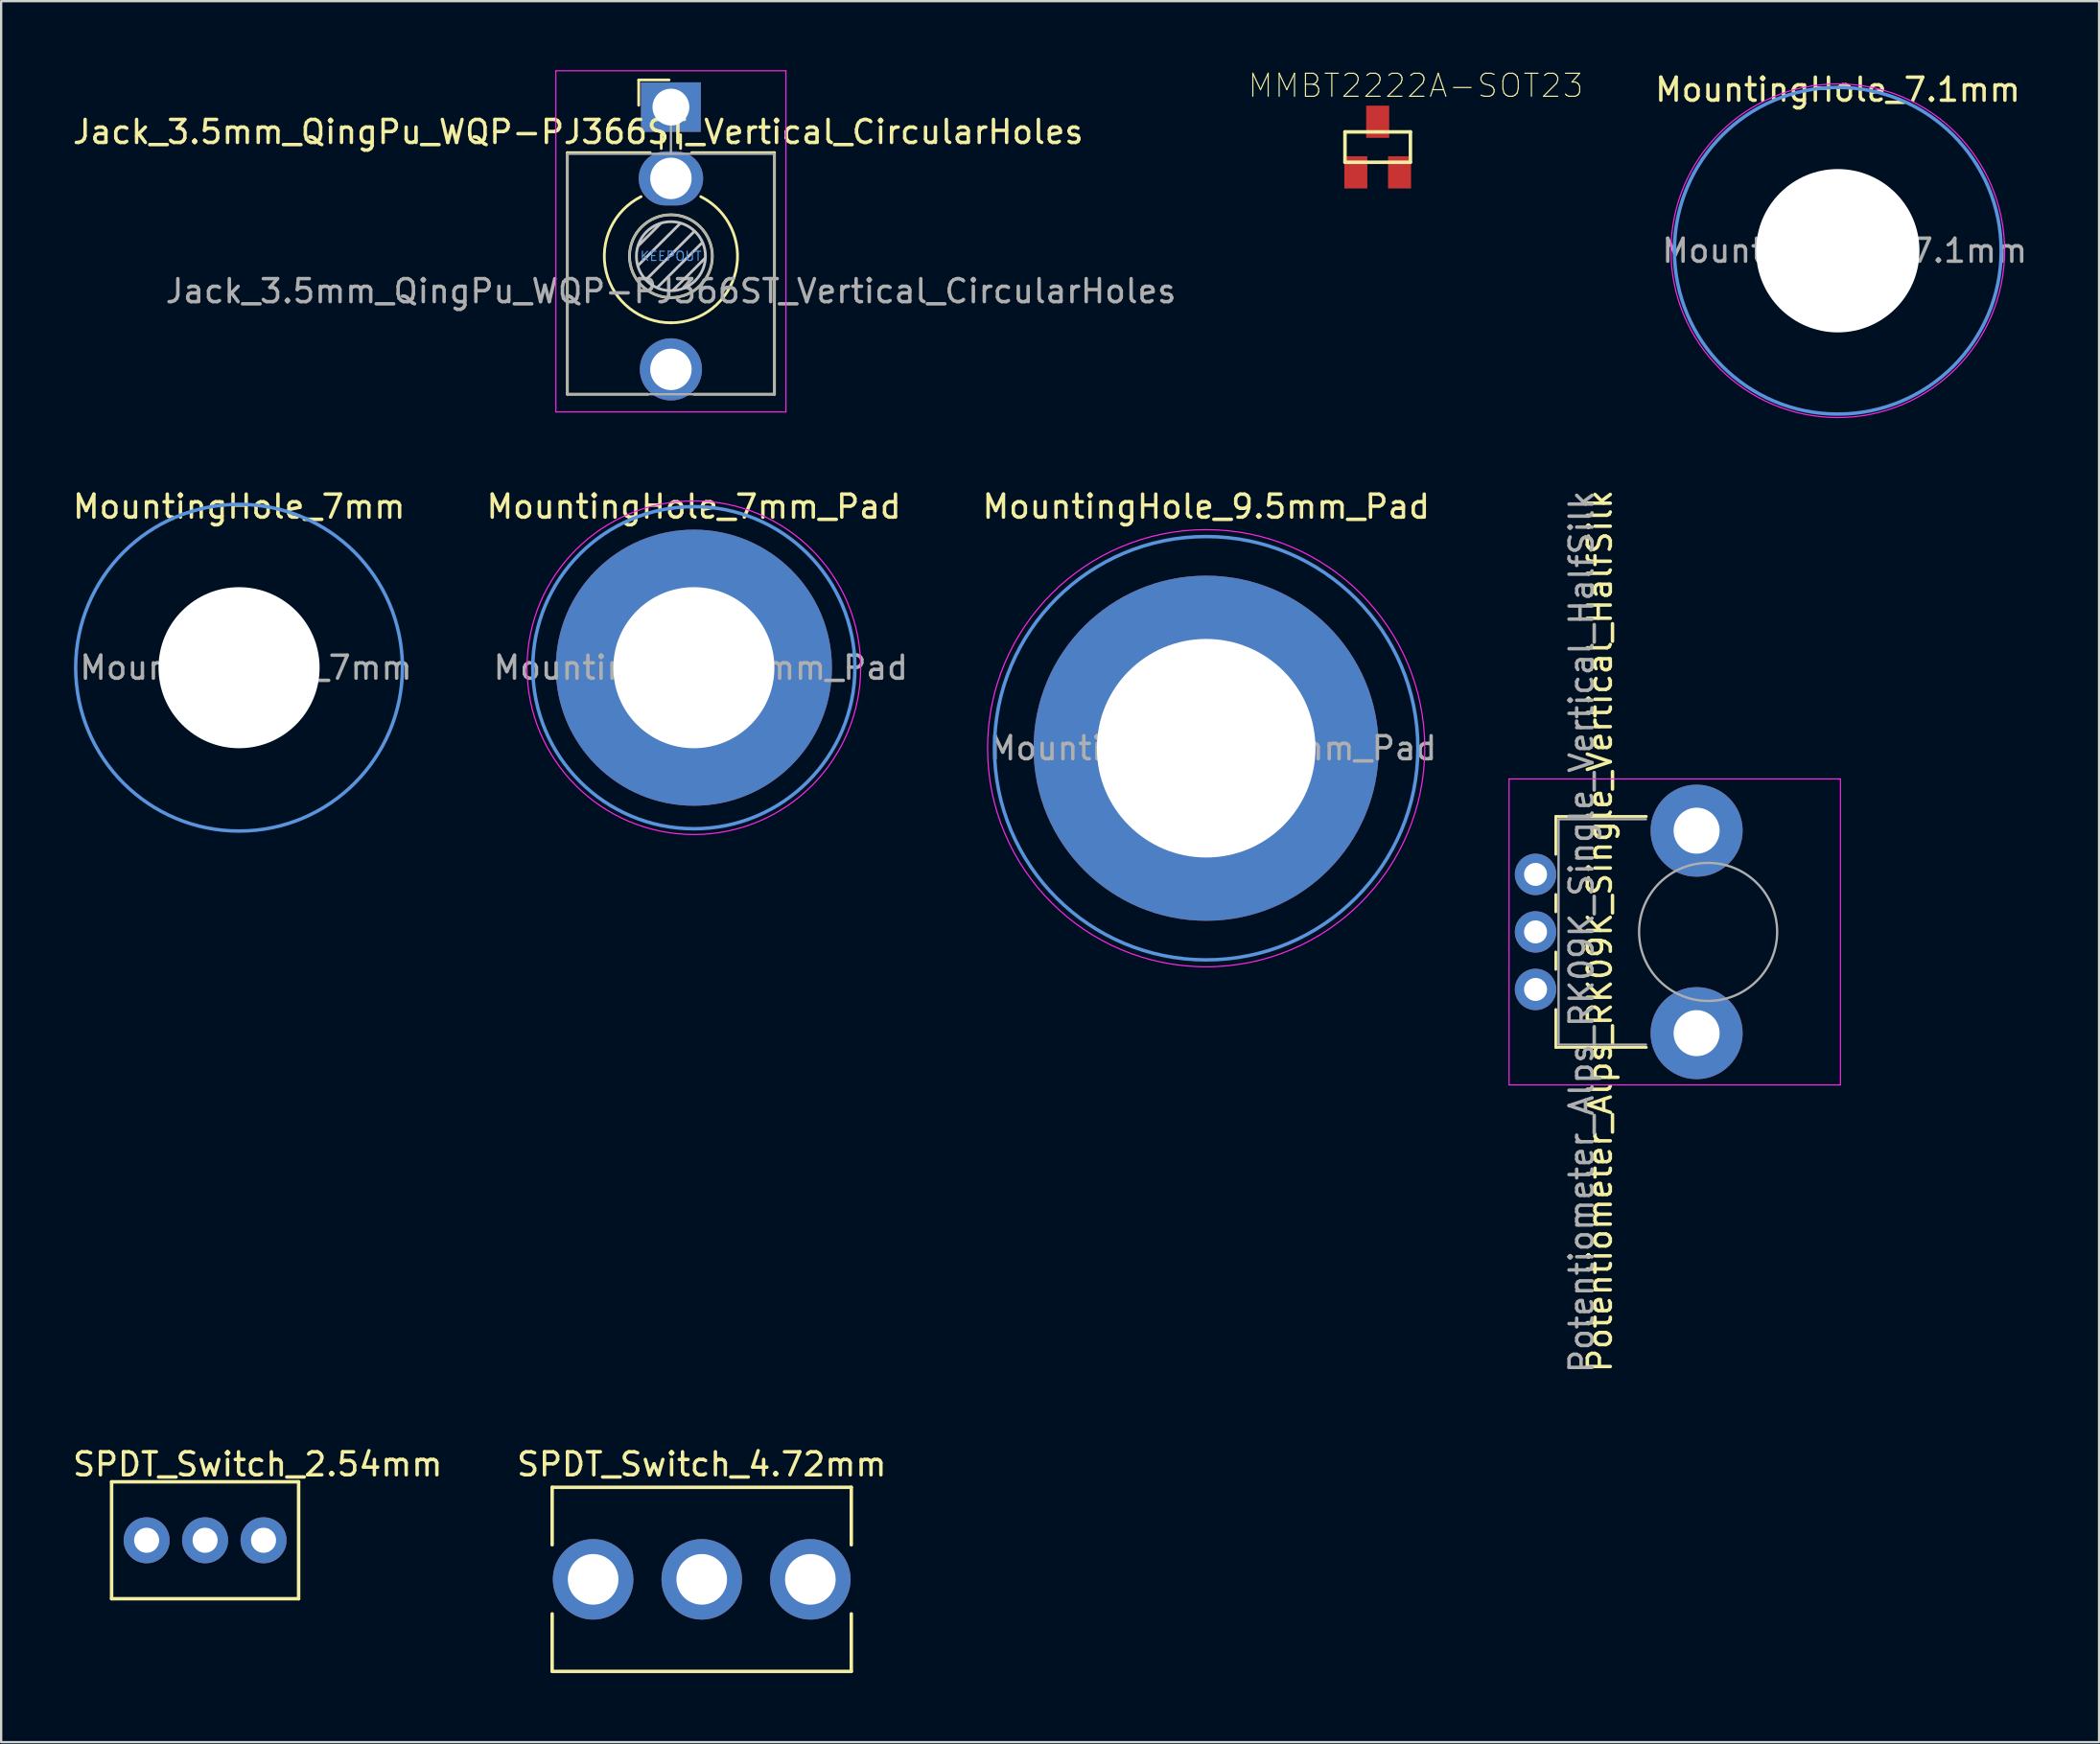
<source format=kicad_pcb>
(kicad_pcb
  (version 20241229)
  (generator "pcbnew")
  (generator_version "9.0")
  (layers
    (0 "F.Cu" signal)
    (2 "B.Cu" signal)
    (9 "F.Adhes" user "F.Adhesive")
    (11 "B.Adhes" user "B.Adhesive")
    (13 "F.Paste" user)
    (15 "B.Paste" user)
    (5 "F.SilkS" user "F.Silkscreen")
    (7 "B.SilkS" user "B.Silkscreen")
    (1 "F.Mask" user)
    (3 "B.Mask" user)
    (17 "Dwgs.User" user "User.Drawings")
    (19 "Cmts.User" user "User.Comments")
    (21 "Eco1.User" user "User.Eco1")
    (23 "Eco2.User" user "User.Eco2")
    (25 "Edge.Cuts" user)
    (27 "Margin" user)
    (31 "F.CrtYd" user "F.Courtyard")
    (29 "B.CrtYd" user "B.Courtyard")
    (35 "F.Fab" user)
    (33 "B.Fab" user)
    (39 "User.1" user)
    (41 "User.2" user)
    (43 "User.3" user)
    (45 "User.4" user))
  (footprint "SPDT_Switch_4.72mm"
    (layer "F.Cu")
    (at 27.446 65.595)
    (property "Reference" "SPDT_Switch_4.72mm" (at 0 -5 0) (layer "F.SilkS") (effects (font (size 1 1) (thickness 0.15))))
    (attr through_hole)
    (fp_line (start -6.5 -4) (end -6.5 -1.5) (stroke (width 0.15) (type solid)) (layer "F.SilkS"))
    (fp_line (start -6.5 -4) (end 6.5 -4) (stroke (width 0.15) (type solid)) (layer "F.SilkS"))
    (fp_line (start -6.5 4) (end -6.5 1.5) (stroke (width 0.15) (type solid)) (layer "F.SilkS"))
    (fp_line (start 6.5 -4) (end 6.5 -1.5) (stroke (width 0.15) (type solid)) (layer "F.SilkS"))
    (fp_line (start 6.5 4) (end -6.5 4) (stroke (width 0.15) (type solid)) (layer "F.SilkS"))
    (fp_line (start 6.5 4) (end 6.5 1.5) (stroke (width 0.15) (type solid)) (layer "F.SilkS"))
    (pad "1" thru_hole circle (at -4.72 0) (size 3.5 3.5) (drill 2.2) (layers "*.Cu" "*.Mask"))
    (pad "2" thru_hole circle (at 0 0) (size 3.5 3.5) (drill 2.2) (layers "*.Cu" "*.Mask"))
    (pad "3" thru_hole circle (at 4.72 0) (size 3.5 3.5) (drill 2.2) (layers "*.Cu" "*.Mask")))
  (footprint "MountingHole_9.5mm_Pad"
    (layer "F.Cu")
    (at 49.368 29.471)
    (property "Reference" "MountingHole_9.5mm_Pad" (at 0 -10.5 0) (layer "F.SilkS") (effects (font (size 1 1) (thickness 0.15))))
    (attr exclude_from_pos_files exclude_from_bom)
    (fp_circle (center 0 0) (end 9.2 0) (stroke (width 0.15) (type solid)) (fill no) (layer "Cmts.User"))
    (fp_circle (center 0 0) (end 9.5 0) (stroke (width 0.05) (type solid)) (fill no) (layer "F.CrtYd"))
    (fp_text user "${REFERENCE}" (at 0.3 0 0) (layer "F.Fab") (effects (font (size 1 1) (thickness 0.15))))
    (pad "1" thru_hole circle (at 0 0) (size 15 15) (drill 9.5) (layers "*.Cu" "*.Mask")))
  (footprint "MountingHole_7.1mm"
    (layer "F.Cu")
    (at 76.817 7.848)
    (property "Reference" "MountingHole_7.1mm" (at 0 -7 0) (layer "F.SilkS") (effects (font (size 1 1) (thickness 0.15))))
    (attr exclude_from_pos_files exclude_from_bom)
    (fp_circle (center 0 0) (end 7.1 0) (stroke (width 0.15) (type solid)) (fill no) (layer "Cmts.User"))
    (fp_circle (center 0 0) (end 7.25 0) (stroke (width 0.05) (type solid)) (fill no) (layer "F.CrtYd"))
    (fp_text user "${REFERENCE}" (at 0.3 0 0) (layer "F.Fab") (effects (font (size 1 1) (thickness 0.15))))
    (pad "" np_thru_hole circle (at 0 0) (size 7.1 7.1) (drill 7.1) (layers "*.Cu" "*.Mask")))
  (footprint "MountingHole_7mm_Pad"
    (layer "F.Cu")
    (at 27.104 25.971)
    (property "Reference" "MountingHole_7mm_Pad" (at 0 -7 0) (layer "F.SilkS") (effects (font (size 1 1) (thickness 0.15))))
    (attr exclude_from_pos_files exclude_from_bom)
    (fp_circle (center 0 0) (end 7 0) (stroke (width 0.15) (type solid)) (fill no) (layer "Cmts.User"))
    (fp_circle (center 0 0) (end 7.25 0) (stroke (width 0.05) (type solid)) (fill no) (layer "F.CrtYd"))
    (fp_text user "${REFERENCE}" (at 0.3 0 0) (layer "F.Fab") (effects (font (size 1 1) (thickness 0.15))))
    (pad "1" thru_hole circle (at 0 0) (size 12 12) (drill 7) (layers "*.Cu" "*.Mask")))
  (footprint "Jack_3.5mm_QingPu_WQP-PJ366ST_Vertical_CircularHoles"
    (layer "F.Cu")
    (at 26.107 1.605)
    (property "Reference" "Jack_3.5mm_QingPu_WQP-PJ366ST_Vertical_CircularHoles" (at -4.03 1.08 180) (layer "F.SilkS") (effects (font (size 1 1) (thickness 0.15))))
    (attr through_hole)
    (fp_line (start -4.5 1.98) (end -4.5 12.48) (stroke (width 0.12) (type solid)) (layer "F.SilkS"))
    (fp_line (start -1.4 -1.18) (end -1.4 -0.08) (stroke (width 0.12) (type solid)) (layer "F.SilkS"))
    (fp_line (start -1.4 -1.18) (end -0.08 -1.18) (stroke (width 0.12) (type solid)) (layer "F.SilkS"))
    (fp_line (start -1 12.48) (end -4.5 12.48) (stroke (width 0.12) (type solid)) (layer "F.SilkS"))
    (fp_line (start -0.9 1.98) (end -4.5 1.98) (stroke (width 0.12) (type solid)) (layer "F.SilkS"))
    (fp_line (start -0.42 1.2) (end -0.42 1.8) (stroke (width 0.12) (type solid)) (layer "F.SilkS"))
    (fp_line (start 0.42 1.2) (end 0.42 1.8) (stroke (width 0.12) (type solid)) (layer "F.SilkS"))
    (fp_line (start 4.5 1.98) (end 0.9 1.98) (stroke (width 0.12) (type solid)) (layer "F.SilkS"))
    (fp_line (start 4.5 1.98) (end 4.5 12.48) (stroke (width 0.12) (type solid)) (layer "F.SilkS"))
    (fp_line (start 4.5 12.48) (end 1 12.48) (stroke (width 0.12) (type solid)) (layer "F.SilkS"))
    (fp_arc (start 0 9.375) (mid -2.817353 7.145994) (end -1.296263 3.891423) (stroke (width 0.12) (type solid)) (layer "F.SilkS"))
    (fp_arc (start 1.296263 3.891423) (mid 2.817353 7.145994) (end 0 9.375) (stroke (width 0.12) (type solid)) (layer "F.SilkS"))
    (fp_circle (center 0 6.48) (end 1.8 6.48) (stroke (width 0.12) (type solid)) (fill no) (layer "F.SilkS"))
    (fp_line (start -1.42 6.875) (end 0.4 5.06) (stroke (width 0.12) (type solid)) (layer "Dwgs.User"))
    (fp_line (start -1.41 6.02) (end -0.46 5.07) (stroke (width 0.12) (type solid)) (layer "Dwgs.User"))
    (fp_line (start -1.07 7.49) (end 1.01 5.41) (stroke (width 0.12) (type solid)) (layer "Dwgs.User"))
    (fp_line (start -0.58 7.83) (end 1.36 5.89) (stroke (width 0.12) (type solid)) (layer "Dwgs.User"))
    (fp_line (start 0.09 7.96) (end 1.48 6.57) (stroke (width 0.12) (type solid)) (layer "Dwgs.User"))
    (fp_circle (center 0 6.48) (end 1.5 6.48) (stroke (width 0.12) (type solid)) (fill no) (layer "Dwgs.User"))
    (fp_line (start -5 13.25) (end -5 -1.58) (stroke (width 0.05) (type solid)) (layer "F.CrtYd"))
    (fp_line (start 5 -1.58) (end -5 -1.58) (stroke (width 0.05) (type solid)) (layer "F.CrtYd"))
    (fp_line (start 5 13.25) (end -5 13.25) (stroke (width 0.05) (type solid)) (layer "F.CrtYd"))
    (fp_line (start 5 13.25) (end 5 -1.58) (stroke (width 0.05) (type solid)) (layer "F.CrtYd"))
    (fp_line (start -4.5 12.48) (end -4.5 2.08) (stroke (width 0.1) (type solid)) (layer "F.Fab"))
    (fp_line (start 0 0) (end 0 2.03) (stroke (width 0.1) (type solid)) (layer "F.Fab"))
    (fp_line (start 4.5 2.03) (end -4.5 2.03) (stroke (width 0.1) (type solid)) (layer "F.Fab"))
    (fp_line (start 4.5 12.48) (end -4.5 12.48) (stroke (width 0.1) (type solid)) (layer "F.Fab"))
    (fp_line (start 4.5 12.48) (end 4.5 2.08) (stroke (width 0.1) (type solid)) (layer "F.Fab"))
    (fp_circle (center 0 6.48) (end 1.8 6.48) (stroke (width 0.1) (type solid)) (fill no) (layer "F.Fab"))
    (fp_text user "KEEPOUT" (at 0 6.48 0) (layer "Cmts.User") (effects (font (size 0.4 0.4) (thickness 0.051))))
    (fp_text user "${REFERENCE}" (at 0 8 180) (layer "F.Fab") (effects (font (size 1 1) (thickness 0.15))))
    (pad "R" thru_hole oval (at 0 3.1 180) (size 2.8 2.35) (drill 1.8) (layers "*.Cu" "*.Mask"))
    (pad "S" thru_hole rect (at 0 0 180) (size 2.6 2.15) (drill 1.6) (layers "*.Cu" "*.Mask"))
    (pad "T" thru_hole circle (at 0 11.4 180) (size 2.7 2.7) (drill 1.8) (layers "*.Cu" "*.Mask")))
  (footprint "SPDT_Switch_2.54mm"
    (layer "F.Cu")
    (at 5.863 62.881)
    (property "Reference" "SPDT_Switch_2.54mm" (at 2.286 -2.286 0) (layer "F.SilkS") (effects (font (size 1 1) (thickness 0.15))))
    (attr through_hole)
    (fp_line (start -4.064 -1.524) (end -4.064 3.556) (stroke (width 0.15) (type solid)) (layer "F.SilkS"))
    (fp_line (start -4.064 3.556) (end 4.064 3.556) (stroke (width 0.15) (type solid)) (layer "F.SilkS"))
    (fp_line (start 4.064 -1.524) (end -4.064 -1.524) (stroke (width 0.15) (type solid)) (layer "F.SilkS"))
    (fp_line (start 4.064 3.556) (end 4.064 -1.524) (stroke (width 0.15) (type solid)) (layer "F.SilkS"))
    (pad "1" thru_hole circle (at -2.54 1.016) (size 2 2) (drill 1.09) (layers "*.Cu" "*.Mask"))
    (pad "2" thru_hole circle (at 0 1.016) (size 2 2) (drill 1.09) (layers "*.Cu" "*.Mask"))
    (pad "3" thru_hole circle (at 2.54 1.016) (size 2 2) (drill 1.09) (layers "*.Cu" "*.Mask")))
  (footprint "MMBT2222A-SOT23"
    (layer "F.Cu")
    (at 56.822 3.342)
    (property "Reference" "MMBT2222A-SOT23" (at 1.652 -2.669 0) (layer "F.SilkS") (effects (font (size 1.001 1.001) (thickness 0.05))))
    (attr smd)
    (fp_line (start -1.422 -0.66) (end 1.422 -0.66) (stroke (width 0.152) (type solid)) (layer "F.SilkS"))
    (fp_line (start -1.422 0.66) (end -1.422 -0.66) (stroke (width 0.152) (type solid)) (layer "F.SilkS"))
    (fp_line (start 1.422 -0.66) (end 1.422 0.66) (stroke (width 0.152) (type solid)) (layer "F.SilkS"))
    (fp_line (start 1.422 0.66) (end -1.422 0.66) (stroke (width 0.152) (type solid)) (layer "F.SilkS"))
    (fp_poly (pts (xy -1.171 0.711) (xy -0.711 0.711) (xy -0.711 1.298) (xy -1.171 1.298)) (stroke (width 0.1) (type solid)) (fill no) (layer "Eco2.User"))
    (fp_poly (pts (xy -0.229 -1.295) (xy 0.229 -1.295) (xy 0.229 -0.711) (xy -0.229 -0.711)) (stroke (width 0.1) (type solid)) (fill no) (layer "Eco2.User"))
    (fp_poly (pts (xy 0.712 0.711) (xy 1.168 0.711) (xy 1.168 1.297) (xy 0.712 1.297)) (stroke (width 0.1) (type solid)) (fill no) (layer "Eco2.User"))
    (pad "1" smd rect (at -0.95 1.1) (size 1 1.4) (layers "F.Cu" "F.Mask" "F.Paste"))
    (pad "2" smd rect (at 0.95 1.1) (size 1 1.4) (layers "F.Cu" "F.Mask" "F.Paste"))
    (pad "3" smd rect (at 0 -1.1) (size 1 1.4) (layers "F.Cu" "F.Mask" "F.Paste")))
  (footprint "Potentiometer_Alps_RK09K_Single_Vertical_HalfSilk"
    (layer "F.Cu")
    (at 63.682 39.955)
    (property "Reference" "Potentiometer_Alps_RK09K_Single_Vertical_HalfSilk" (at 2.794 -2.54 90) (layer "F.SilkS") (effects (font (size 1 1) (thickness 0.15))))
    (attr through_hole)
    (fp_line (start 0.88 -7.521) (end 0.88 -5.871) (stroke (width 0.12) (type solid)) (layer "F.SilkS"))
    (fp_line (start 0.88 -7.521) (end 4.817 -7.521) (stroke (width 0.12) (type solid)) (layer "F.SilkS"))
    (fp_line (start 0.88 -4.129) (end 0.88 -3.37) (stroke (width 0.12) (type solid)) (layer "F.SilkS"))
    (fp_line (start 0.88 -1.629) (end 0.88 -0.87) (stroke (width 0.12) (type solid)) (layer "F.SilkS"))
    (fp_line (start 0.88 0.87) (end 0.88 2.52) (stroke (width 0.12) (type solid)) (layer "F.SilkS"))
    (fp_line (start 0.88 2.52) (end 4.817 2.52) (stroke (width 0.12) (type solid)) (layer "F.SilkS"))
    (fp_line (start -1.15 -9.15) (end -1.15 4.15) (stroke (width 0.05) (type solid)) (layer "F.CrtYd"))
    (fp_line (start -1.15 4.15) (end 13.25 4.15) (stroke (width 0.05) (type solid)) (layer "F.CrtYd"))
    (fp_line (start 13.25 -9.15) (end -1.15 -9.15) (stroke (width 0.05) (type solid)) (layer "F.CrtYd"))
    (fp_line (start 13.25 4.15) (end 13.25 -9.15) (stroke (width 0.05) (type solid)) (layer "F.CrtYd"))
    (fp_line (start 1 -7.4) (end 1 2.4) (stroke (width 0.1) (type solid)) (layer "F.Fab"))
    (fp_line (start 4.8 2.4) (end 1 2.4) (stroke (width 0.1) (type solid)) (layer "F.Fab"))
    (fp_line (start 4.801 -7.4) (end 1 -7.4) (stroke (width 0.1) (type solid)) (layer "F.Fab"))
    (fp_circle (center 7.5 -2.5) (end 10.5 -2.5) (stroke (width 0.1) (type solid)) (fill no) (layer "F.Fab"))
    (fp_text user "${REFERENCE}" (at 2 -2.5 90) (layer "F.Fab") (effects (font (size 1 1) (thickness 0.15))))
    (pad "" np_thru_hole circle (at 7 -6.9) (size 4 4) (drill 2) (layers "*.Cu" "*.Mask"))
    (pad "" np_thru_hole circle (at 7 1.9) (size 4 4) (drill 2) (layers "*.Cu" "*.Mask"))
    (pad "1" thru_hole circle (at 0 0) (size 1.8 1.8) (drill 1) (layers "*.Cu" "*.Mask"))
    (pad "2" thru_hole circle (at 0 -2.5) (size 1.8 1.8) (drill 1) (layers "*.Cu" "*.Mask"))
    (pad "3" thru_hole circle (at 0 -5) (size 1.8 1.8) (drill 1) (layers "*.Cu" "*.Mask")))
  (footprint "MountingHole_7mm"
    (layer "F.Cu")
    (at 7.339 25.971)
    (property "Reference" "MountingHole_7mm" (at 0 -7 0) (layer "F.SilkS") (effects (font (size 1 1) (thickness 0.15))))
    (attr exclude_from_pos_files exclude_from_bom)
    (fp_circle (center 0 0) (end 7.1 0) (stroke (width 0.15) (type solid)) (fill no) (layer "Cmts.User"))
    (fp_circle (center 0 0) (end 7.1 0) (stroke (width 0.05) (type solid)) (fill no) (layer "F.CrtYd"))
    (fp_text user "${REFERENCE}" (at 0.3 0 0) (layer "F.Fab") (effects (font (size 1 1) (thickness 0.15))))
    (pad "" np_thru_hole circle (at 0 0) (size 7 7) (drill 7) (layers "*.Cu" "*.Mask")))
  (gr_rect
    (start -3 -3)
    (end 88.171 72.67)
    (stroke (width 0.1) (type default))
    (fill no)
    (layer "Edge.Cuts")))
</source>
